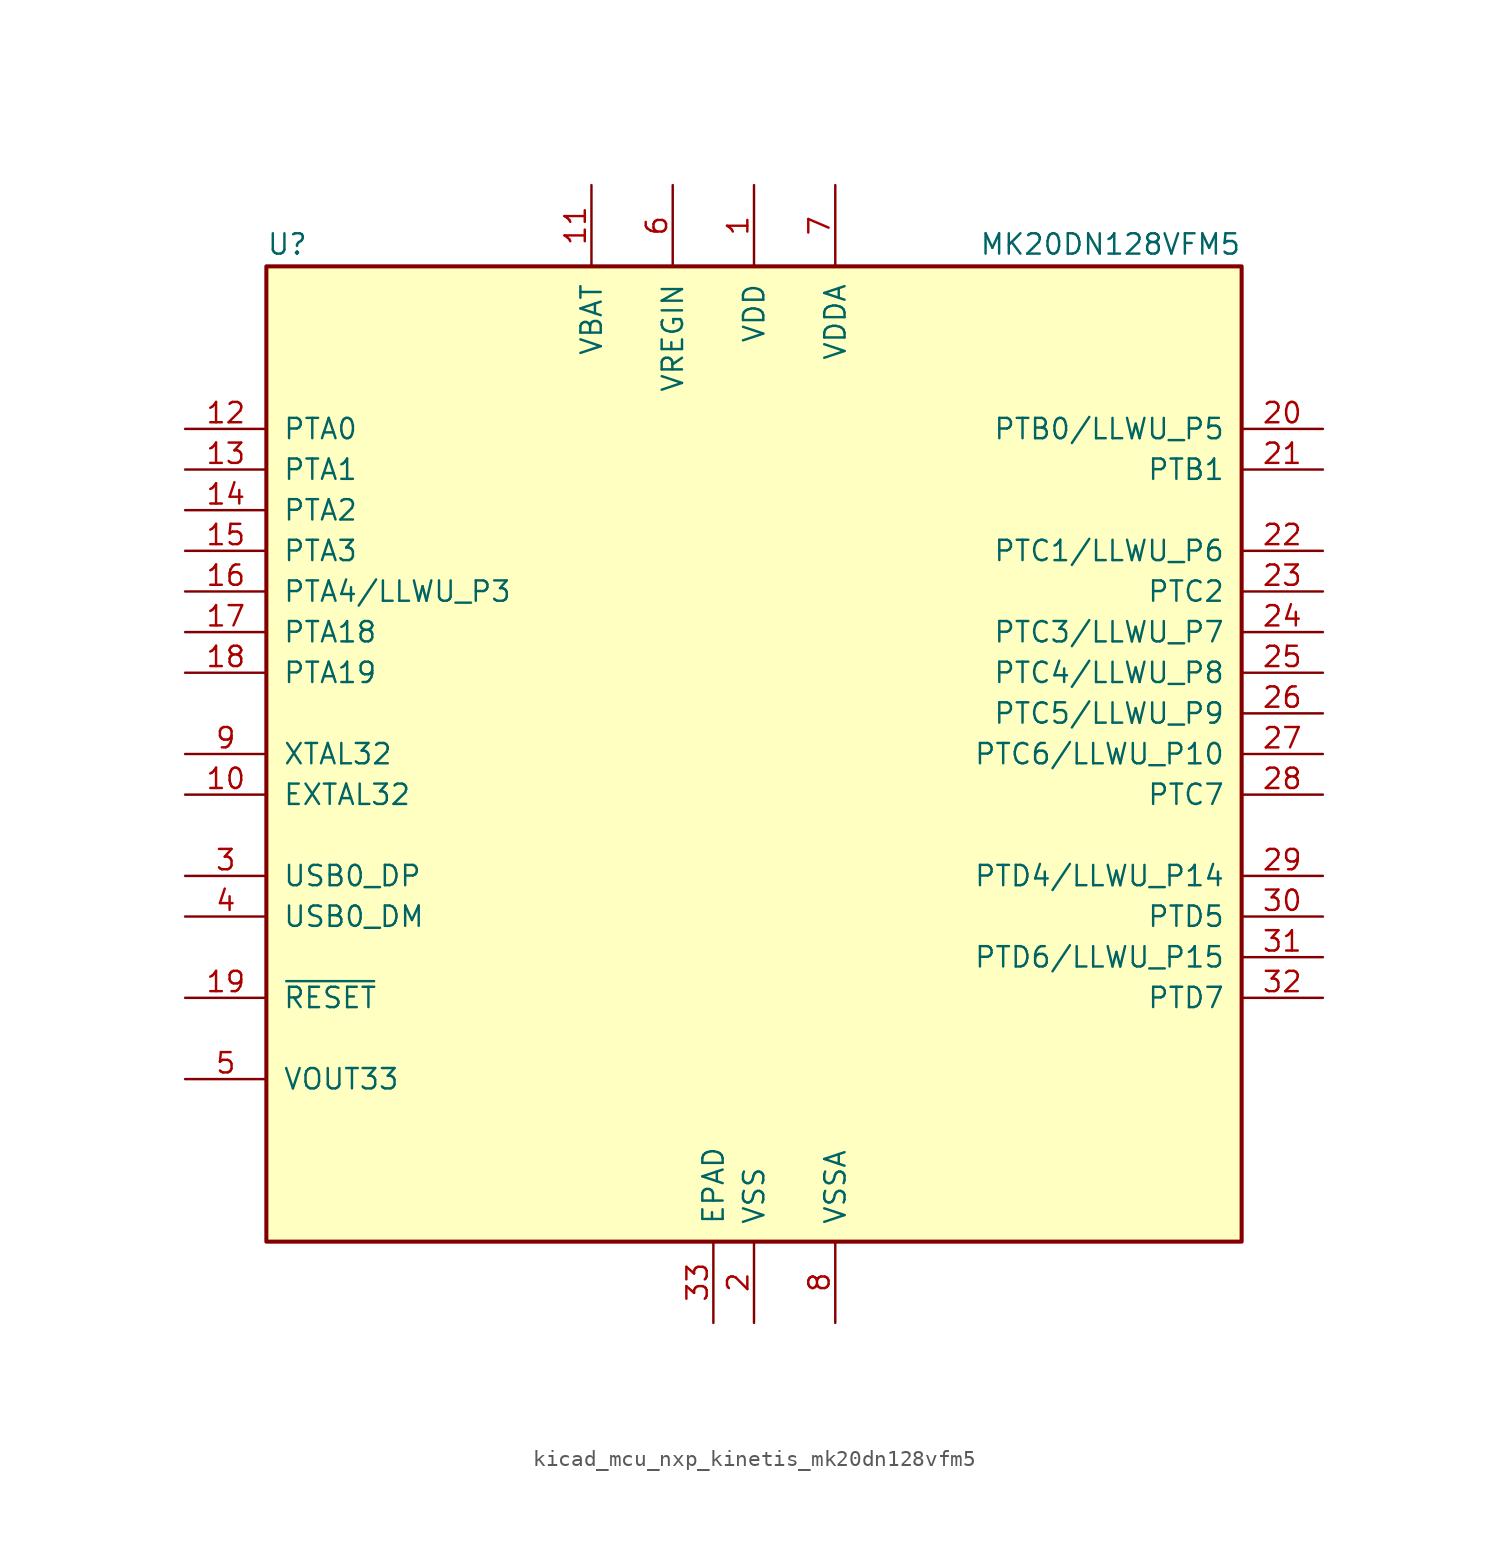
<source format=kicad_sym>
(kicad_symbol_lib
  (version 20220914)
  (generator kicad_symbol_editor)
  (symbol "kicad_mcu_nxp_kinetis_mk20dn128vfm5"
    (pin_names
      (offset 1.016))
    (property "Reference" "U"
      (at -30.48 31.115 0)
      (effects (font (size 1.27 1.27)) (justify left bottom)))
    (property "Value" "MK20DN128VFM5"
      (at 30.48 31.115 0)
      (effects (font (size 1.27 1.27)) (justify right bottom)))
    (symbol "kicad_mcu_nxp_kinetis_mk20dn128vfm5_0_1"
      (rectangle (start -30.48 30.48) (end 30.48 -30.48) (stroke (width 0.254) (type default)) (fill (type background)))
      (pin power_in line (at 0 35.56 270) (length 5.08) (name "VDD" (effects (font (size 1.27 1.27)))) (number "1" (effects (font (size 1.27 1.27)))))
      (pin input line (at -35.56 -2.54 0) (length 5.08) (name "EXTAL32" (effects (font (size 1.27 1.27)))) (number "10" (effects (font (size 1.27 1.27)))))
      (pin power_in line (at -10.16 35.56 270) (length 5.08) (name "VBAT" (effects (font (size 1.27 1.27)))) (number "11" (effects (font (size 1.27 1.27)))))
      (pin bidirectional line (at -35.56 20.32 0) (length 5.08) (name "PTA0" (effects (font (size 1.27 1.27)))) (number "12" (effects (font (size 1.27 1.27)))))
      (pin bidirectional line (at -35.56 17.78 0) (length 5.08) (name "PTA1" (effects (font (size 1.27 1.27)))) (number "13" (effects (font (size 1.27 1.27)))))
      (pin bidirectional line (at -35.56 15.24 0) (length 5.08) (name "PTA2" (effects (font (size 1.27 1.27)))) (number "14" (effects (font (size 1.27 1.27)))))
      (pin bidirectional line (at -35.56 12.7 0) (length 5.08) (name "PTA3" (effects (font (size 1.27 1.27)))) (number "15" (effects (font (size 1.27 1.27)))))
      (pin bidirectional line (at -35.56 10.16 0) (length 5.08) (name "PTA4/LLWU_P3" (effects (font (size 1.27 1.27)))) (number "16" (effects (font (size 1.27 1.27)))))
      (pin bidirectional line (at -35.56 7.62 0) (length 5.08) (name "PTA18" (effects (font (size 1.27 1.27)))) (number "17" (effects (font (size 1.27 1.27)))))
      (pin bidirectional line (at -35.56 5.08 0) (length 5.08) (name "PTA19" (effects (font (size 1.27 1.27)))) (number "18" (effects (font (size 1.27 1.27)))))
      (pin input line (at -35.56 -15.24 0) (length 5.08) (name "~{RESET}" (effects (font (size 1.27 1.27)))) (number "19" (effects (font (size 1.27 1.27)))))
      (pin power_in line (at 0 -35.56 90) (length 5.08) (name "VSS" (effects (font (size 1.27 1.27)))) (number "2" (effects (font (size 1.27 1.27)))))
      (pin bidirectional line (at 35.56 20.32 180) (length 5.08) (name "PTB0/LLWU_P5" (effects (font (size 1.27 1.27)))) (number "20" (effects (font (size 1.27 1.27)))))
      (pin bidirectional line (at 35.56 17.78 180) (length 5.08) (name "PTB1" (effects (font (size 1.27 1.27)))) (number "21" (effects (font (size 1.27 1.27)))))
      (pin bidirectional line (at 35.56 12.7 180) (length 5.08) (name "PTC1/LLWU_P6" (effects (font (size 1.27 1.27)))) (number "22" (effects (font (size 1.27 1.27)))))
      (pin bidirectional line (at 35.56 10.16 180) (length 5.08) (name "PTC2" (effects (font (size 1.27 1.27)))) (number "23" (effects (font (size 1.27 1.27)))))
      (pin bidirectional line (at 35.56 7.62 180) (length 5.08) (name "PTC3/LLWU_P7" (effects (font (size 1.27 1.27)))) (number "24" (effects (font (size 1.27 1.27)))))
      (pin bidirectional line (at 35.56 5.08 180) (length 5.08) (name "PTC4/LLWU_P8" (effects (font (size 1.27 1.27)))) (number "25" (effects (font (size 1.27 1.27)))))
      (pin bidirectional line (at 35.56 2.54 180) (length 5.08) (name "PTC5/LLWU_P9" (effects (font (size 1.27 1.27)))) (number "26" (effects (font (size 1.27 1.27)))))
      (pin bidirectional line (at 35.56 0 180) (length 5.08) (name "PTC6/LLWU_P10" (effects (font (size 1.27 1.27)))) (number "27" (effects (font (size 1.27 1.27)))))
      (pin bidirectional line (at 35.56 -2.54 180) (length 5.08) (name "PTC7" (effects (font (size 1.27 1.27)))) (number "28" (effects (font (size 1.27 1.27)))))
      (pin bidirectional line (at 35.56 -7.62 180) (length 5.08) (name "PTD4/LLWU_P14" (effects (font (size 1.27 1.27)))) (number "29" (effects (font (size 1.27 1.27)))))
      (pin bidirectional line (at -35.56 -7.62 0) (length 5.08) (name "USB0_DP" (effects (font (size 1.27 1.27)))) (number "3" (effects (font (size 1.27 1.27)))))
      (pin bidirectional line (at 35.56 -10.16 180) (length 5.08) (name "PTD5" (effects (font (size 1.27 1.27)))) (number "30" (effects (font (size 1.27 1.27)))))
      (pin bidirectional line (at 35.56 -12.7 180) (length 5.08) (name "PTD6/LLWU_P15" (effects (font (size 1.27 1.27)))) (number "31" (effects (font (size 1.27 1.27)))))
      (pin bidirectional line (at 35.56 -15.24 180) (length 5.08) (name "PTD7" (effects (font (size 1.27 1.27)))) (number "32" (effects (font (size 1.27 1.27)))))
      (pin power_out line (at -35.56 -20.32 0) (length 5.08) (name "VOUT33" (effects (font (size 1.27 1.27)))) (number "5" (effects (font (size 1.27 1.27)))))
      (pin power_in line (at -5.08 35.56 270) (length 5.08) (name "VREGIN" (effects (font (size 1.27 1.27)))) (number "6" (effects (font (size 1.27 1.27)))))
      (pin power_in line (at 5.08 35.56 270) (length 5.08) (name "VDDA" (effects (font (size 1.27 1.27)))) (number "7" (effects (font (size 1.27 1.27)))))
      (pin power_in line (at 5.08 -35.56 90) (length 5.08) (name "VSSA" (effects (font (size 1.27 1.27)))) (number "8" (effects (font (size 1.27 1.27)))))
      (pin input line (at -35.56 0 0) (length 5.08) (name "XTAL32" (effects (font (size 1.27 1.27)))) (number "9" (effects (font (size 1.27 1.27))))))
    (symbol "kicad_mcu_nxp_kinetis_mk20dn128vfm5_1_1"
      (pin power_in line (at -2.54 -35.56 90) (length 5.08) (name "EPAD" (effects (font (size 1.27 1.27)))) (number "33" (effects (font (size 1.27 1.27)))))
      (pin bidirectional line (at -35.56 -10.16 0) (length 5.08) (name "USB0_DM" (effects (font (size 1.27 1.27)))) (number "4" (effects (font (size 1.27 1.27))))))))
</source>
